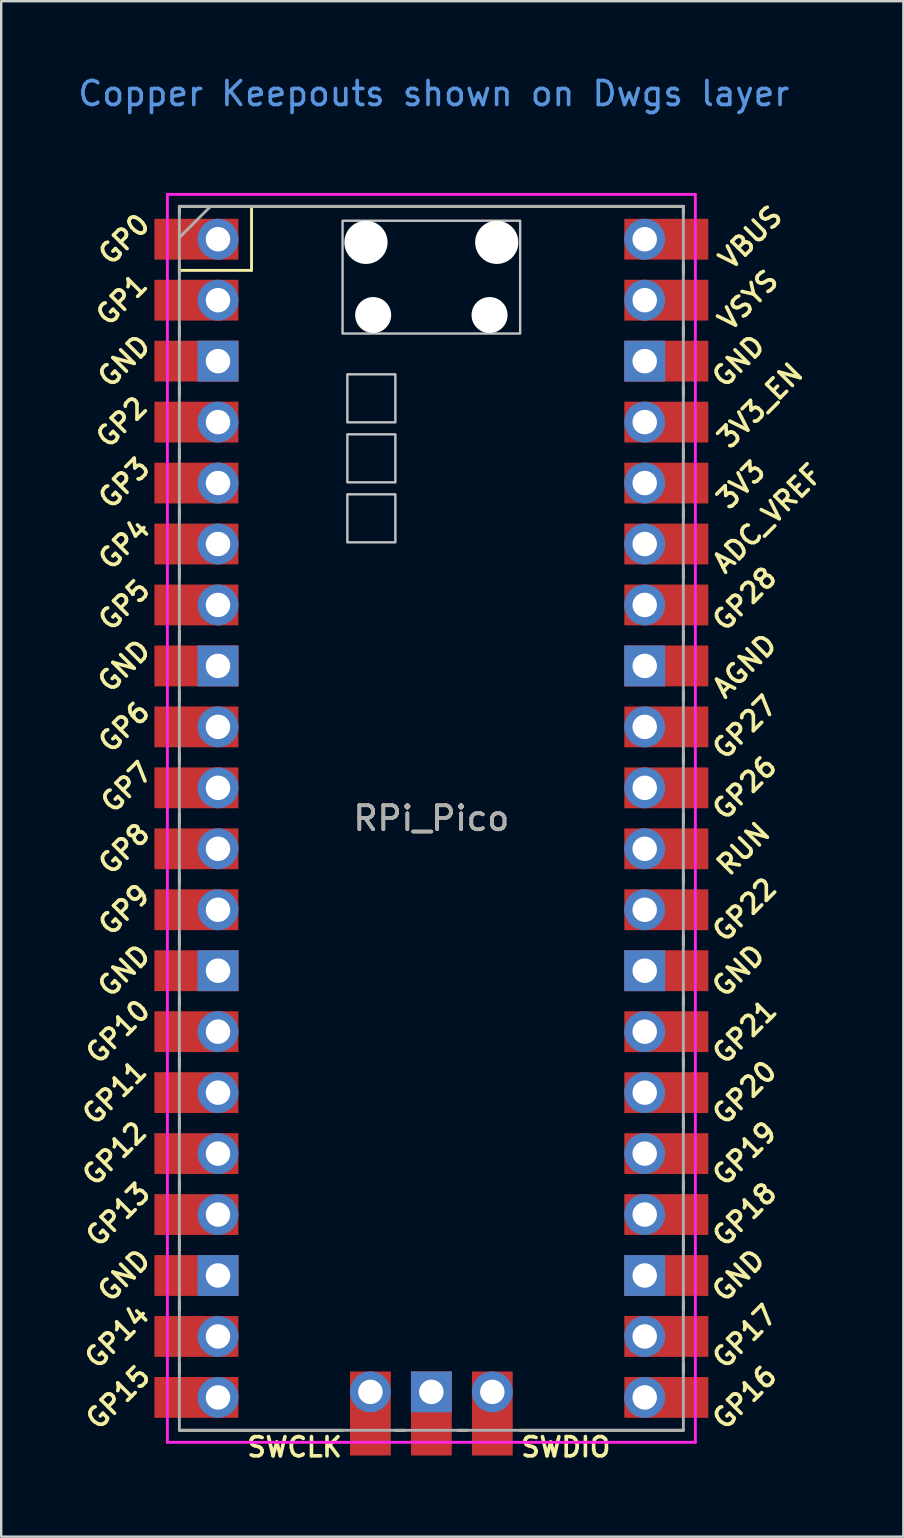
<source format=kicad_pcb>
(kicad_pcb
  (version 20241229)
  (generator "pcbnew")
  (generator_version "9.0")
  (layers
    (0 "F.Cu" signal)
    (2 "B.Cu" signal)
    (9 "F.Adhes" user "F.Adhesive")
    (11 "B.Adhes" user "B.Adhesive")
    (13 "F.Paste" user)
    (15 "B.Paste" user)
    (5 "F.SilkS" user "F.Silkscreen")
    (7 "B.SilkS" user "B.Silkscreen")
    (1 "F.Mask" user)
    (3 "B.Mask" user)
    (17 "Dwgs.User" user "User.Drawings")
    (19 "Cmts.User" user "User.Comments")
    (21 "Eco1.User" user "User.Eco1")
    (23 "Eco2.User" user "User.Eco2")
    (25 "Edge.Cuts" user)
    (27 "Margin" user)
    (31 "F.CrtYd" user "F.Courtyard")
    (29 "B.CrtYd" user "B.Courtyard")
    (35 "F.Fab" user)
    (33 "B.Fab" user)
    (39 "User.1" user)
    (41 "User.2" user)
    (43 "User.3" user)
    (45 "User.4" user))
  (footprint "RPi_Pico"
    (layer "F.Cu")
    (at 14.924 31.048)
    (property "Reference" "RPi_Pico" (at 0 0 0) (layer "F.SilkS") (effects (font (size 1 1) (thickness 0.15))))
    (attr through_hole exclude_from_bom)
    (fp_line (start -10.5 -25.5) (end -10.5 -25.2) (stroke (width 0.12) (type solid)) (layer "F.SilkS"))
    (fp_line (start -10.5 -25.5) (end 10.5 -25.5) (stroke (width 0.12) (type solid)) (layer "F.SilkS"))
    (fp_line (start -10.5 -23.1) (end -10.5 -22.7) (stroke (width 0.12) (type solid)) (layer "F.SilkS"))
    (fp_line (start -10.5 -22.833) (end -7.493 -22.833) (stroke (width 0.12) (type solid)) (layer "F.SilkS"))
    (fp_line (start -10.5 -20.5) (end -10.5 -20.1) (stroke (width 0.12) (type solid)) (layer "F.SilkS"))
    (fp_line (start -10.5 -18) (end -10.5 -17.6) (stroke (width 0.12) (type solid)) (layer "F.SilkS"))
    (fp_line (start -10.5 -15.4) (end -10.5 -15) (stroke (width 0.12) (type solid)) (layer "F.SilkS"))
    (fp_line (start -10.5 -12.9) (end -10.5 -12.5) (stroke (width 0.12) (type solid)) (layer "F.SilkS"))
    (fp_line (start -10.5 -10.4) (end -10.5 -10) (stroke (width 0.12) (type solid)) (layer "F.SilkS"))
    (fp_line (start -10.5 -7.8) (end -10.5 -7.4) (stroke (width 0.12) (type solid)) (layer "F.SilkS"))
    (fp_line (start -10.5 -5.3) (end -10.5 -4.9) (stroke (width 0.12) (type solid)) (layer "F.SilkS"))
    (fp_line (start -10.5 -2.7) (end -10.5 -2.3) (stroke (width 0.12) (type solid)) (layer "F.SilkS"))
    (fp_line (start -10.5 -0.2) (end -10.5 0.2) (stroke (width 0.12) (type solid)) (layer "F.SilkS"))
    (fp_line (start -10.5 2.3) (end -10.5 2.7) (stroke (width 0.12) (type solid)) (layer "F.SilkS"))
    (fp_line (start -10.5 4.9) (end -10.5 5.3) (stroke (width 0.12) (type solid)) (layer "F.SilkS"))
    (fp_line (start -10.5 7.4) (end -10.5 7.8) (stroke (width 0.12) (type solid)) (layer "F.SilkS"))
    (fp_line (start -10.5 10) (end -10.5 10.4) (stroke (width 0.12) (type solid)) (layer "F.SilkS"))
    (fp_line (start -10.5 12.5) (end -10.5 12.9) (stroke (width 0.12) (type solid)) (layer "F.SilkS"))
    (fp_line (start -10.5 15.1) (end -10.5 15.5) (stroke (width 0.12) (type solid)) (layer "F.SilkS"))
    (fp_line (start -10.5 17.6) (end -10.5 18) (stroke (width 0.12) (type solid)) (layer "F.SilkS"))
    (fp_line (start -10.5 20.1) (end -10.5 20.5) (stroke (width 0.12) (type solid)) (layer "F.SilkS"))
    (fp_line (start -10.5 22.7) (end -10.5 23.1) (stroke (width 0.12) (type solid)) (layer "F.SilkS"))
    (fp_line (start -7.493 -22.833) (end -7.493 -25.5) (stroke (width 0.12) (type solid)) (layer "F.SilkS"))
    (fp_line (start -3.7 25.5) (end -10.5 25.5) (stroke (width 0.12) (type solid)) (layer "F.SilkS"))
    (fp_line (start -1.5 25.5) (end -1.1 25.5) (stroke (width 0.12) (type solid)) (layer "F.SilkS"))
    (fp_line (start 1.1 25.5) (end 1.5 25.5) (stroke (width 0.12) (type solid)) (layer "F.SilkS"))
    (fp_line (start 10.5 -25.5) (end 10.5 -25.2) (stroke (width 0.12) (type solid)) (layer "F.SilkS"))
    (fp_line (start 10.5 -23.1) (end 10.5 -22.7) (stroke (width 0.12) (type solid)) (layer "F.SilkS"))
    (fp_line (start 10.5 -20.5) (end 10.5 -20.1) (stroke (width 0.12) (type solid)) (layer "F.SilkS"))
    (fp_line (start 10.5 -18) (end 10.5 -17.6) (stroke (width 0.12) (type solid)) (layer "F.SilkS"))
    (fp_line (start 10.5 -15.4) (end 10.5 -15) (stroke (width 0.12) (type solid)) (layer "F.SilkS"))
    (fp_line (start 10.5 -12.9) (end 10.5 -12.5) (stroke (width 0.12) (type solid)) (layer "F.SilkS"))
    (fp_line (start 10.5 -10.4) (end 10.5 -10) (stroke (width 0.12) (type solid)) (layer "F.SilkS"))
    (fp_line (start 10.5 -7.8) (end 10.5 -7.4) (stroke (width 0.12) (type solid)) (layer "F.SilkS"))
    (fp_line (start 10.5 -5.3) (end 10.5 -4.9) (stroke (width 0.12) (type solid)) (layer "F.SilkS"))
    (fp_line (start 10.5 -2.7) (end 10.5 -2.3) (stroke (width 0.12) (type solid)) (layer "F.SilkS"))
    (fp_line (start 10.5 -0.2) (end 10.5 0.2) (stroke (width 0.12) (type solid)) (layer "F.SilkS"))
    (fp_line (start 10.5 2.3) (end 10.5 2.7) (stroke (width 0.12) (type solid)) (layer "F.SilkS"))
    (fp_line (start 10.5 4.9) (end 10.5 5.3) (stroke (width 0.12) (type solid)) (layer "F.SilkS"))
    (fp_line (start 10.5 7.4) (end 10.5 7.8) (stroke (width 0.12) (type solid)) (layer "F.SilkS"))
    (fp_line (start 10.5 10) (end 10.5 10.4) (stroke (width 0.12) (type solid)) (layer "F.SilkS"))
    (fp_line (start 10.5 12.5) (end 10.5 12.9) (stroke (width 0.12) (type solid)) (layer "F.SilkS"))
    (fp_line (start 10.5 15.1) (end 10.5 15.5) (stroke (width 0.12) (type solid)) (layer "F.SilkS"))
    (fp_line (start 10.5 17.6) (end 10.5 18) (stroke (width 0.12) (type solid)) (layer "F.SilkS"))
    (fp_line (start 10.5 20.1) (end 10.5 20.5) (stroke (width 0.12) (type solid)) (layer "F.SilkS"))
    (fp_line (start 10.5 22.7) (end 10.5 23.1) (stroke (width 0.12) (type solid)) (layer "F.SilkS"))
    (fp_line (start 10.5 25.5) (end 3.7 25.5) (stroke (width 0.12) (type solid)) (layer "F.SilkS"))
    (fp_poly (pts (xy -1.5 -16.5) (xy -3.5 -16.5) (xy -3.5 -18.5) (xy -1.5 -18.5)) (stroke (width 0.1) (type solid)) (fill no) (layer "Dwgs.User"))
    (fp_poly (pts (xy -1.5 -14) (xy -3.5 -14) (xy -3.5 -16) (xy -1.5 -16)) (stroke (width 0.1) (type solid)) (fill no) (layer "Dwgs.User"))
    (fp_poly (pts (xy -1.5 -11.5) (xy -3.5 -11.5) (xy -3.5 -13.5) (xy -1.5 -13.5)) (stroke (width 0.1) (type solid)) (fill no) (layer "Dwgs.User"))
    (fp_poly (pts (xy 3.7 -20.2) (xy -3.7 -20.2) (xy -3.7 -24.9) (xy 3.7 -24.9)) (stroke (width 0.1) (type solid)) (fill no) (layer "Dwgs.User"))
    (fp_line (start -11 -26) (end 11 -26) (stroke (width 0.12) (type solid)) (layer "F.CrtYd"))
    (fp_line (start -11 26) (end -11 -26) (stroke (width 0.12) (type solid)) (layer "F.CrtYd"))
    (fp_line (start 11 -26) (end 11 26) (stroke (width 0.12) (type solid)) (layer "F.CrtYd"))
    (fp_line (start 11 26) (end -11 26) (stroke (width 0.12) (type solid)) (layer "F.CrtYd"))
    (fp_line (start -10.5 -25.5) (end 10.5 -25.5) (stroke (width 0.12) (type solid)) (layer "F.Fab"))
    (fp_line (start -10.5 -24.2) (end -9.2 -25.5) (stroke (width 0.12) (type solid)) (layer "F.Fab"))
    (fp_line (start -10.5 25.5) (end -10.5 -25.5) (stroke (width 0.12) (type solid)) (layer "F.Fab"))
    (fp_line (start 10.5 -25.5) (end 10.5 25.5) (stroke (width 0.12) (type solid)) (layer "F.Fab"))
    (fp_line (start 10.5 25.5) (end -10.5 25.5) (stroke (width 0.12) (type solid)) (layer "F.Fab"))
    (fp_text user "GP19" (at 13.054 13.97 45) (layer "F.SilkS") (effects (font (size 0.8 0.8) (thickness 0.15))))
    (fp_text user "GP18" (at 13.054 16.51 45) (layer "F.SilkS") (effects (font (size 0.8 0.8) (thickness 0.15))))
    (fp_text user "SWCLK" (at -5.7 26.2 0) (layer "F.SilkS") (effects (font (size 0.8 0.8) (thickness 0.15))))
    (fp_text user "3V3" (at 12.9 -13.9 45) (layer "F.SilkS") (effects (font (size 0.8 0.8) (thickness 0.15))))
    (fp_text user "GND" (at 12.8 19.05 45) (layer "F.SilkS") (effects (font (size 0.8 0.8) (thickness 0.15))))
    (fp_text user "GND" (at 12.8 -19.05 45) (layer "F.SilkS") (effects (font (size 0.8 0.8) (thickness 0.15))))
    (fp_text user "GP11" (at -13.2 11.43 45) (layer "F.SilkS") (effects (font (size 0.8 0.8) (thickness 0.15))))
    (fp_text user "GP1" (at -12.9 -21.6 45) (layer "F.SilkS") (effects (font (size 0.8 0.8) (thickness 0.15))))
    (fp_text user "GP7" (at -12.7 -1.3 45) (layer "F.SilkS") (effects (font (size 0.8 0.8) (thickness 0.15))))
    (fp_text user "GND" (at -12.8 19.05 45) (layer "F.SilkS") (effects (font (size 0.8 0.8) (thickness 0.15))))
    (fp_text user "VSYS" (at 13.2 -21.59 45) (layer "F.SilkS") (effects (font (size 0.8 0.8) (thickness 0.15))))
    (fp_text user "GND" (at 12.8 6.35 45) (layer "F.SilkS") (effects (font (size 0.8 0.8) (thickness 0.15))))
    (fp_text user "GND" (at -12.8 -6.35 45) (layer "F.SilkS") (effects (font (size 0.8 0.8) (thickness 0.15))))
    (fp_text user "GND" (at -12.8 6.35 45) (layer "F.SilkS") (effects (font (size 0.8 0.8) (thickness 0.15))))
    (fp_text user "ADC_VREF" (at 14 -12.5 45) (layer "F.SilkS") (effects (font (size 0.8 0.8) (thickness 0.15))))
    (fp_text user "GP14" (at -13.1 21.59 45) (layer "F.SilkS") (effects (font (size 0.8 0.8) (thickness 0.15))))
    (fp_text user "3V3_EN" (at 13.7 -17.2 45) (layer "F.SilkS") (effects (font (size 0.8 0.8) (thickness 0.15))))
    (fp_text user "GP17" (at 13.054 21.59 45) (layer "F.SilkS") (effects (font (size 0.8 0.8) (thickness 0.15))))
    (fp_text user "GP20" (at 13.054 11.43 45) (layer "F.SilkS") (effects (font (size 0.8 0.8) (thickness 0.15))))
    (fp_text user "GP6" (at -12.8 -3.81 45) (layer "F.SilkS") (effects (font (size 0.8 0.8) (thickness 0.15))))
    (fp_text user "GP22" (at 13.054 3.81 45) (layer "F.SilkS") (effects (font (size 0.8 0.8) (thickness 0.15))))
    (fp_text user "GP12" (at -13.2 13.97 45) (layer "F.SilkS") (effects (font (size 0.8 0.8) (thickness 0.15))))
    (fp_text user "RUN" (at 13 1.27 45) (layer "F.SilkS") (effects (font (size 0.8 0.8) (thickness 0.15))))
    (fp_text user "GP8" (at -12.8 1.27 45) (layer "F.SilkS") (effects (font (size 0.8 0.8) (thickness 0.15))))
    (fp_text user "SWDIO" (at 5.6 26.2 0) (layer "F.SilkS") (effects (font (size 0.8 0.8) (thickness 0.15))))
    (fp_text user "GP3" (at -12.8 -13.97 45) (layer "F.SilkS") (effects (font (size 0.8 0.8) (thickness 0.15))))
    (fp_text user "GP0" (at -12.8 -24.13 45) (layer "F.SilkS") (effects (font (size 0.8 0.8) (thickness 0.15))))
    (fp_text user "GP28" (at 13.054 -9.144 45) (layer "F.SilkS") (effects (font (size 0.8 0.8) (thickness 0.15))))
    (fp_text user "GP9" (at -12.8 3.81 45) (layer "F.SilkS") (effects (font (size 0.8 0.8) (thickness 0.15))))
    (fp_text user "GP16" (at 13.054 24.13 45) (layer "F.SilkS") (effects (font (size 0.8 0.8) (thickness 0.15))))
    (fp_text user "GP21" (at 13.054 8.9 45) (layer "F.SilkS") (effects (font (size 0.8 0.8) (thickness 0.15))))
    (fp_text user "GP5" (at -12.8 -8.89 45) (layer "F.SilkS") (effects (font (size 0.8 0.8) (thickness 0.15))))
    (fp_text user "GP2" (at -12.9 -16.51 45) (layer "F.SilkS") (effects (font (size 0.8 0.8) (thickness 0.15))))
    (fp_text user "VBUS" (at 13.3 -24.2 45) (layer "F.SilkS") (effects (font (size 0.8 0.8) (thickness 0.15))))
    (fp_text user "GP13" (at -13.054 16.51 45) (layer "F.SilkS") (effects (font (size 0.8 0.8) (thickness 0.15))))
    (fp_text user "GP26" (at 13.054 -1.27 45) (layer "F.SilkS") (effects (font (size 0.8 0.8) (thickness 0.15))))
    (fp_text user "GP15" (at -13.054 24.13 45) (layer "F.SilkS") (effects (font (size 0.8 0.8) (thickness 0.15))))
    (fp_text user "AGND" (at 13.054 -6.35 45) (layer "F.SilkS") (effects (font (size 0.8 0.8) (thickness 0.15))))
    (fp_text user "GND" (at -12.8 -19.05 45) (layer "F.SilkS") (effects (font (size 0.8 0.8) (thickness 0.15))))
    (fp_text user "GP10" (at -13.054 8.89 45) (layer "F.SilkS") (effects (font (size 0.8 0.8) (thickness 0.15))))
    (fp_text user "GP27" (at 13.054 -3.8 45) (layer "F.SilkS") (effects (font (size 0.8 0.8) (thickness 0.15))))
    (fp_text user "GP4" (at -12.8 -11.43 45) (layer "F.SilkS") (effects (font (size 0.8 0.8) (thickness 0.15))))
    (fp_text user "Copper Keepouts shown on Dwgs layer" (at 0.1 -30.2 0) (layer "Cmts.User") (effects (font (size 1 1) (thickness 0.15))))
    (fp_text user "${REFERENCE}" (at 0 0 180) (layer "F.Fab") (effects (font (size 1 1) (thickness 0.15))))
    (pad "" np_thru_hole oval (at -2.725 -24) (size 1.8 1.8) (drill 1.8) (layers "*.Cu" "*.Mask"))
    (pad "" np_thru_hole oval (at -2.425 -20.97) (size 1.5 1.5) (drill 1.5) (layers "*.Cu" "*.Mask"))
    (pad "" np_thru_hole oval (at 2.425 -20.97) (size 1.5 1.5) (drill 1.5) (layers "*.Cu" "*.Mask"))
    (pad "" np_thru_hole oval (at 2.725 -24) (size 1.8 1.8) (drill 1.8) (layers "*.Cu" "*.Mask"))
    (pad "1" thru_hole oval (at -8.89 -24.13) (size 1.7 1.7) (drill 1.02) (layers "*.Cu" "*.Mask"))
    (pad "1" smd rect (at -8.89 -24.13) (size 3.5 1.7) (drill (offset -0.9 0)) (layers "F.Cu" "F.Mask"))
    (pad "2" thru_hole oval (at -8.89 -21.59) (size 1.7 1.7) (drill 1.02) (layers "*.Cu" "*.Mask"))
    (pad "2" smd rect (at -8.89 -21.59) (size 3.5 1.7) (drill (offset -0.9 0)) (layers "F.Cu" "F.Mask"))
    (pad "3" thru_hole rect (at -8.89 -19.05) (size 1.7 1.7) (drill 1.02) (layers "*.Cu" "*.Mask"))
    (pad "3" smd rect (at -8.89 -19.05) (size 3.5 1.7) (drill (offset -0.9 0)) (layers "F.Cu" "F.Mask"))
    (pad "4" thru_hole oval (at -8.89 -16.51) (size 1.7 1.7) (drill 1.02) (layers "*.Cu" "*.Mask"))
    (pad "4" smd rect (at -8.89 -16.51) (size 3.5 1.7) (drill (offset -0.9 0)) (layers "F.Cu" "F.Mask"))
    (pad "5" thru_hole oval (at -8.89 -13.97) (size 1.7 1.7) (drill 1.02) (layers "*.Cu" "*.Mask"))
    (pad "5" smd rect (at -8.89 -13.97) (size 3.5 1.7) (drill (offset -0.9 0)) (layers "F.Cu" "F.Mask"))
    (pad "6" thru_hole oval (at -8.89 -11.43) (size 1.7 1.7) (drill 1.02) (layers "*.Cu" "*.Mask"))
    (pad "6" smd rect (at -8.89 -11.43) (size 3.5 1.7) (drill (offset -0.9 0)) (layers "F.Cu" "F.Mask"))
    (pad "7" thru_hole oval (at -8.89 -8.89) (size 1.7 1.7) (drill 1.02) (layers "*.Cu" "*.Mask"))
    (pad "7" smd rect (at -8.89 -8.89) (size 3.5 1.7) (drill (offset -0.9 0)) (layers "F.Cu" "F.Mask"))
    (pad "8" thru_hole rect (at -8.89 -6.35) (size 1.7 1.7) (drill 1.02) (layers "*.Cu" "*.Mask"))
    (pad "8" smd rect (at -8.89 -6.35) (size 3.5 1.7) (drill (offset -0.9 0)) (layers "F.Cu" "F.Mask"))
    (pad "9" thru_hole oval (at -8.89 -3.81) (size 1.7 1.7) (drill 1.02) (layers "*.Cu" "*.Mask"))
    (pad "9" smd rect (at -8.89 -3.81) (size 3.5 1.7) (drill (offset -0.9 0)) (layers "F.Cu" "F.Mask"))
    (pad "10" thru_hole oval (at -8.89 -1.27) (size 1.7 1.7) (drill 1.02) (layers "*.Cu" "*.Mask"))
    (pad "10" smd rect (at -8.89 -1.27) (size 3.5 1.7) (drill (offset -0.9 0)) (layers "F.Cu" "F.Mask"))
    (pad "11" thru_hole oval (at -8.89 1.27) (size 1.7 1.7) (drill 1.02) (layers "*.Cu" "*.Mask"))
    (pad "11" smd rect (at -8.89 1.27) (size 3.5 1.7) (drill (offset -0.9 0)) (layers "F.Cu" "F.Mask"))
    (pad "12" thru_hole oval (at -8.89 3.81) (size 1.7 1.7) (drill 1.02) (layers "*.Cu" "*.Mask"))
    (pad "12" smd rect (at -8.89 3.81) (size 3.5 1.7) (drill (offset -0.9 0)) (layers "F.Cu" "F.Mask"))
    (pad "13" thru_hole rect (at -8.89 6.35) (size 1.7 1.7) (drill 1.02) (layers "*.Cu" "*.Mask"))
    (pad "13" smd rect (at -8.89 6.35) (size 3.5 1.7) (drill (offset -0.9 0)) (layers "F.Cu" "F.Mask"))
    (pad "14" thru_hole oval (at -8.89 8.89) (size 1.7 1.7) (drill 1.02) (layers "*.Cu" "*.Mask"))
    (pad "14" smd rect (at -8.89 8.89) (size 3.5 1.7) (drill (offset -0.9 0)) (layers "F.Cu" "F.Mask"))
    (pad "15" thru_hole oval (at -8.89 11.43) (size 1.7 1.7) (drill 1.02) (layers "*.Cu" "*.Mask"))
    (pad "15" smd rect (at -8.89 11.43) (size 3.5 1.7) (drill (offset -0.9 0)) (layers "F.Cu" "F.Mask"))
    (pad "16" thru_hole oval (at -8.89 13.97) (size 1.7 1.7) (drill 1.02) (layers "*.Cu" "*.Mask"))
    (pad "16" smd rect (at -8.89 13.97) (size 3.5 1.7) (drill (offset -0.9 0)) (layers "F.Cu" "F.Mask"))
    (pad "17" thru_hole oval (at -8.89 16.51) (size 1.7 1.7) (drill 1.02) (layers "*.Cu" "*.Mask"))
    (pad "17" smd rect (at -8.89 16.51) (size 3.5 1.7) (drill (offset -0.9 0)) (layers "F.Cu" "F.Mask"))
    (pad "18" thru_hole rect (at -8.89 19.05) (size 1.7 1.7) (drill 1.02) (layers "*.Cu" "*.Mask"))
    (pad "18" smd rect (at -8.89 19.05) (size 3.5 1.7) (drill (offset -0.9 0)) (layers "F.Cu" "F.Mask"))
    (pad "19" thru_hole oval (at -8.89 21.59) (size 1.7 1.7) (drill 1.02) (layers "*.Cu" "*.Mask"))
    (pad "19" smd rect (at -8.89 21.59) (size 3.5 1.7) (drill (offset -0.9 0)) (layers "F.Cu" "F.Mask"))
    (pad "20" thru_hole oval (at -8.89 24.13) (size 1.7 1.7) (drill 1.02) (layers "*.Cu" "*.Mask"))
    (pad "20" smd rect (at -8.89 24.13) (size 3.5 1.7) (drill (offset -0.9 0)) (layers "F.Cu" "F.Mask"))
    (pad "21" thru_hole oval (at 8.89 24.13) (size 1.7 1.7) (drill 1.02) (layers "*.Cu" "*.Mask"))
    (pad "21" smd rect (at 8.89 24.13) (size 3.5 1.7) (drill (offset 0.9 0)) (layers "F.Cu" "F.Mask"))
    (pad "22" thru_hole oval (at 8.89 21.59) (size 1.7 1.7) (drill 1.02) (layers "*.Cu" "*.Mask"))
    (pad "22" smd rect (at 8.89 21.59) (size 3.5 1.7) (drill (offset 0.9 0)) (layers "F.Cu" "F.Mask"))
    (pad "23" thru_hole rect (at 8.89 19.05) (size 1.7 1.7) (drill 1.02) (layers "*.Cu" "*.Mask"))
    (pad "23" smd rect (at 8.89 19.05) (size 3.5 1.7) (drill (offset 0.9 0)) (layers "F.Cu" "F.Mask"))
    (pad "24" thru_hole oval (at 8.89 16.51) (size 1.7 1.7) (drill 1.02) (layers "*.Cu" "*.Mask"))
    (pad "24" smd rect (at 8.89 16.51) (size 3.5 1.7) (drill (offset 0.9 0)) (layers "F.Cu" "F.Mask"))
    (pad "25" thru_hole oval (at 8.89 13.97) (size 1.7 1.7) (drill 1.02) (layers "*.Cu" "*.Mask"))
    (pad "25" smd rect (at 8.89 13.97) (size 3.5 1.7) (drill (offset 0.9 0)) (layers "F.Cu" "F.Mask"))
    (pad "26" thru_hole oval (at 8.89 11.43) (size 1.7 1.7) (drill 1.02) (layers "*.Cu" "*.Mask"))
    (pad "26" smd rect (at 8.89 11.43) (size 3.5 1.7) (drill (offset 0.9 0)) (layers "F.Cu" "F.Mask"))
    (pad "27" thru_hole oval (at 8.89 8.89) (size 1.7 1.7) (drill 1.02) (layers "*.Cu" "*.Mask"))
    (pad "27" smd rect (at 8.89 8.89) (size 3.5 1.7) (drill (offset 0.9 0)) (layers "F.Cu" "F.Mask"))
    (pad "28" thru_hole rect (at 8.89 6.35) (size 1.7 1.7) (drill 1.02) (layers "*.Cu" "*.Mask"))
    (pad "28" smd rect (at 8.89 6.35) (size 3.5 1.7) (drill (offset 0.9 0)) (layers "F.Cu" "F.Mask"))
    (pad "29" thru_hole oval (at 8.89 3.81) (size 1.7 1.7) (drill 1.02) (layers "*.Cu" "*.Mask"))
    (pad "29" smd rect (at 8.89 3.81) (size 3.5 1.7) (drill (offset 0.9 0)) (layers "F.Cu" "F.Mask"))
    (pad "30" thru_hole oval (at 8.89 1.27) (size 1.7 1.7) (drill 1.02) (layers "*.Cu" "*.Mask"))
    (pad "30" smd rect (at 8.89 1.27) (size 3.5 1.7) (drill (offset 0.9 0)) (layers "F.Cu" "F.Mask"))
    (pad "31" thru_hole oval (at 8.89 -1.27) (size 1.7 1.7) (drill 1.02) (layers "*.Cu" "*.Mask"))
    (pad "31" smd rect (at 8.89 -1.27) (size 3.5 1.7) (drill (offset 0.9 0)) (layers "F.Cu" "F.Mask"))
    (pad "32" thru_hole oval (at 8.89 -3.81) (size 1.7 1.7) (drill 1.02) (layers "*.Cu" "*.Mask"))
    (pad "32" smd rect (at 8.89 -3.81) (size 3.5 1.7) (drill (offset 0.9 0)) (layers "F.Cu" "F.Mask"))
    (pad "33" thru_hole rect (at 8.89 -6.35) (size 1.7 1.7) (drill 1.02) (layers "*.Cu" "*.Mask"))
    (pad "33" smd rect (at 8.89 -6.35) (size 3.5 1.7) (drill (offset 0.9 0)) (layers "F.Cu" "F.Mask"))
    (pad "34" thru_hole oval (at 8.89 -8.89) (size 1.7 1.7) (drill 1.02) (layers "*.Cu" "*.Mask"))
    (pad "34" smd rect (at 8.89 -8.89) (size 3.5 1.7) (drill (offset 0.9 0)) (layers "F.Cu" "F.Mask"))
    (pad "35" thru_hole oval (at 8.89 -11.43) (size 1.7 1.7) (drill 1.02) (layers "*.Cu" "*.Mask"))
    (pad "35" smd rect (at 8.89 -11.43) (size 3.5 1.7) (drill (offset 0.9 0)) (layers "F.Cu" "F.Mask"))
    (pad "36" thru_hole oval (at 8.89 -13.97) (size 1.7 1.7) (drill 1.02) (layers "*.Cu" "*.Mask"))
    (pad "36" smd rect (at 8.89 -13.97) (size 3.5 1.7) (drill (offset 0.9 0)) (layers "F.Cu" "F.Mask"))
    (pad "37" thru_hole oval (at 8.89 -16.51) (size 1.7 1.7) (drill 1.02) (layers "*.Cu" "*.Mask"))
    (pad "37" smd rect (at 8.89 -16.51) (size 3.5 1.7) (drill (offset 0.9 0)) (layers "F.Cu" "F.Mask"))
    (pad "38" thru_hole rect (at 8.89 -19.05) (size 1.7 1.7) (drill 1.02) (layers "*.Cu" "*.Mask"))
    (pad "38" smd rect (at 8.89 -19.05) (size 3.5 1.7) (drill (offset 0.9 0)) (layers "F.Cu" "F.Mask"))
    (pad "39" thru_hole oval (at 8.89 -21.59) (size 1.7 1.7) (drill 1.02) (layers "*.Cu" "*.Mask"))
    (pad "39" smd rect (at 8.89 -21.59) (size 3.5 1.7) (drill (offset 0.9 0)) (layers "F.Cu" "F.Mask"))
    (pad "40" thru_hole oval (at 8.89 -24.13) (size 1.7 1.7) (drill 1.02) (layers "*.Cu" "*.Mask"))
    (pad "40" smd rect (at 8.89 -24.13) (size 3.5 1.7) (drill (offset 0.9 0)) (layers "F.Cu" "F.Mask"))
    (pad "41" thru_hole oval (at -2.54 23.9) (size 1.7 1.7) (drill 1.02) (layers "*.Cu" "*.Mask"))
    (pad "41" smd rect (at -2.54 23.9 90) (size 3.5 1.7) (drill (offset -0.9 0)) (layers "F.Cu" "F.Mask"))
    (pad "42" thru_hole rect (at 0 23.9) (size 1.7 1.7) (drill 1.02) (layers "*.Cu" "*.Mask"))
    (pad "42" smd rect (at 0 23.9 90) (size 3.5 1.7) (drill (offset -0.9 0)) (layers "F.Cu" "F.Mask"))
    (pad "43" thru_hole oval (at 2.54 23.9) (size 1.7 1.7) (drill 1.02) (layers "*.Cu" "*.Mask"))
    (pad "43" smd rect (at 2.54 23.9 90) (size 3.5 1.7) (drill (offset -0.9 0)) (layers "F.Cu" "F.Mask")))
  (gr_rect
    (start -3 -3)
    (end 34.591 60.98)
    (stroke (width 0.1) (type default))
    (fill no)
    (layer "Edge.Cuts")))
</source>
